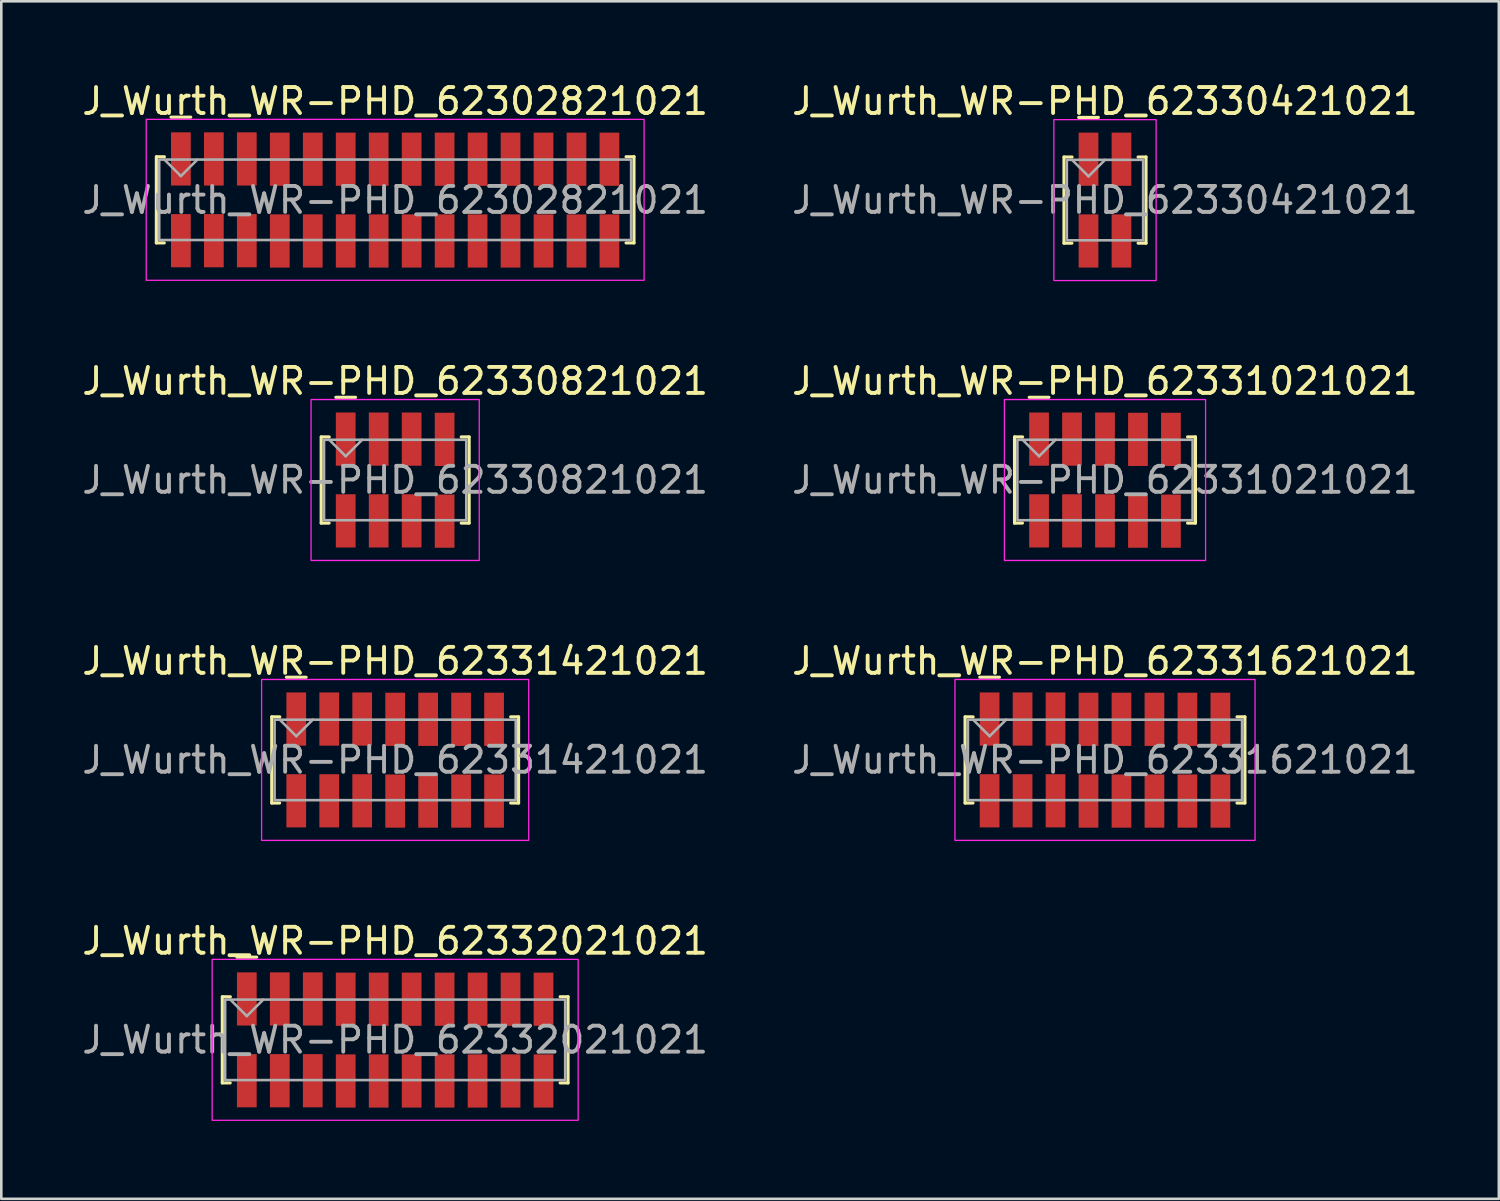
<source format=kicad_pcb>
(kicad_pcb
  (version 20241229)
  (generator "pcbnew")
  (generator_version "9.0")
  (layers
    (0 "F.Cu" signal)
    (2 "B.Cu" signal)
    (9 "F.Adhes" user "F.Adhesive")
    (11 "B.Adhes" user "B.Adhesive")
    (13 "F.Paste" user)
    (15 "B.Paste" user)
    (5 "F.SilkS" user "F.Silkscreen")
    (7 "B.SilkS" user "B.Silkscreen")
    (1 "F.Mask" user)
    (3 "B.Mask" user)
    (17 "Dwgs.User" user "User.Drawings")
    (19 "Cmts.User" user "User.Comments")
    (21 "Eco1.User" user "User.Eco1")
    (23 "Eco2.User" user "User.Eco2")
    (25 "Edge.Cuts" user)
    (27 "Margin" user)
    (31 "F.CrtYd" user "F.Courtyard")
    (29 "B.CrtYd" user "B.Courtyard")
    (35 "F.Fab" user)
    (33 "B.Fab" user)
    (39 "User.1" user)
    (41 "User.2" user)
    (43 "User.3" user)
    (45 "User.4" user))
  (footprint "J_Wurth_WR-PHD_62331421021"
    (layer "F.Cu")
    (at 12.173 26.225)
    (property "Reference" "J_Wurth_WR-PHD_62331421021" (at 0 -3.81 0) (unlocked yes) (layer "F.SilkS") (effects (font (size 1 1) (thickness 0.15))))
    (attr smd)
    (fp_line (start -4.755 1.66) (end -4.755 -1.66) (stroke (width 0.12) (type solid)) (layer "F.SilkS"))
    (fp_line (start -4.45 1.66) (end -4.755 1.66) (stroke (width 0.12) (type solid)) (layer "F.SilkS"))
    (fp_line (start -4.445 -1.66) (end -4.75 -1.66) (stroke (width 0.12) (type solid)) (layer "F.SilkS"))
    (fp_line (start -3.43 -3.185) (end -4.19 -3.185) (stroke (width 0.12) (type solid)) (layer "F.SilkS"))
    (fp_line (start 4.755 -1.66) (end 4.45 -1.66) (stroke (width 0.12) (type solid)) (layer "F.SilkS"))
    (fp_line (start 4.755 -1.66) (end 4.755 1.66) (stroke (width 0.12) (type solid)) (layer "F.SilkS"))
    (fp_line (start 4.755 1.66) (end 4.45 1.66) (stroke (width 0.12) (type solid)) (layer "F.SilkS"))
    (fp_rect (start -5.145 -3.1) (end 5.145 3.1) (stroke (width 0.05) (type solid)) (fill no) (layer "F.CrtYd"))
    (fp_line (start -3.81 -0.915) (end -4.445 -1.55) (stroke (width 0.1) (type default)) (layer "F.Fab"))
    (fp_line (start -3.175 -1.55) (end -3.81 -0.915) (stroke (width 0.1) (type default)) (layer "F.Fab"))
    (fp_rect (start -4.645 -1.55) (end 4.645 1.55) (stroke (width 0.1) (type solid)) (fill no) (layer "F.Fab"))
    (fp_text user "${REFERENCE}" (at 0 0 0) (unlocked yes) (layer "F.Fab") (effects (font (size 1 1) (thickness 0.15))))
    (pad "1" smd rect (at -3.81 -1.575 180) (size 0.76 2.05) (layers "F.Cu" "F.Mask" "F.Paste"))
    (pad "2" smd rect (at -3.81 1.575 180) (size 0.76 2.05) (layers "F.Cu" "F.Mask" "F.Paste"))
    (pad "3" smd rect (at -2.54 -1.575 180) (size 0.76 2.05) (layers "F.Cu" "F.Mask" "F.Paste"))
    (pad "4" smd rect (at -2.54 1.575 180) (size 0.76 2.05) (layers "F.Cu" "F.Mask" "F.Paste"))
    (pad "5" smd rect (at -1.27 -1.575 180) (size 0.76 2.05) (layers "F.Cu" "F.Mask" "F.Paste"))
    (pad "6" smd rect (at -1.27 1.575 180) (size 0.76 2.05) (layers "F.Cu" "F.Mask" "F.Paste"))
    (pad "7" smd rect (at 0 -1.565 180) (size 0.76 2.05) (layers "F.Cu" "F.Mask" "F.Paste"))
    (pad "8" smd rect (at 0 1.585 180) (size 0.76 2.05) (layers "F.Cu" "F.Mask" "F.Paste"))
    (pad "9" smd rect (at 1.27 -1.565 180) (size 0.76 2.05) (layers "F.Cu" "F.Mask" "F.Paste"))
    (pad "10" smd rect (at 1.27 1.585 180) (size 0.76 2.05) (layers "F.Cu" "F.Mask" "F.Paste"))
    (pad "11" smd rect (at 2.54 -1.565 180) (size 0.76 2.05) (layers "F.Cu" "F.Mask" "F.Paste"))
    (pad "12" smd rect (at 2.54 1.585 180) (size 0.76 2.05) (layers "F.Cu" "F.Mask" "F.Paste"))
    (pad "13" smd rect (at 3.81 -1.565 180) (size 0.76 2.05) (layers "F.Cu" "F.Mask" "F.Paste"))
    (pad "14" smd rect (at 3.81 1.585 180) (size 0.76 2.05) (layers "F.Cu" "F.Mask" "F.Paste")))
  (footprint "J_Wurth_WR-PHD_62302821021"
    (layer "F.Cu")
    (at 12.173 4.658)
    (property "Reference" "J_Wurth_WR-PHD_62302821021" (at 0 -3.81 0) (unlocked yes) (layer "F.SilkS") (effects (font (size 1 1) (thickness 0.15))))
    (attr smd)
    (fp_line (start -9.2 1.65) (end -9.2 -1.67) (stroke (width 0.12) (type solid)) (layer "F.SilkS"))
    (fp_line (start -8.895 1.65) (end -9.2 1.65) (stroke (width 0.12) (type solid)) (layer "F.SilkS"))
    (fp_line (start -8.89 -1.67) (end -9.195 -1.67) (stroke (width 0.12) (type solid)) (layer "F.SilkS"))
    (fp_line (start -7.875 -3.195) (end -8.635 -3.195) (stroke (width 0.12) (type solid)) (layer "F.SilkS"))
    (fp_line (start 9.2 -1.67) (end 8.895 -1.67) (stroke (width 0.12) (type solid)) (layer "F.SilkS"))
    (fp_line (start 9.2 -1.67) (end 9.2 1.65) (stroke (width 0.12) (type solid)) (layer "F.SilkS"))
    (fp_line (start 9.2 1.65) (end 8.895 1.65) (stroke (width 0.12) (type solid)) (layer "F.SilkS"))
    (fp_rect (start -9.59 -3.11) (end 9.59 3.09) (stroke (width 0.05) (type solid)) (fill no) (layer "F.CrtYd"))
    (fp_line (start -8.255 -0.925) (end -8.89 -1.56) (stroke (width 0.1) (type default)) (layer "F.Fab"))
    (fp_line (start -7.62 -1.56) (end -8.255 -0.925) (stroke (width 0.1) (type default)) (layer "F.Fab"))
    (fp_rect (start -9.09 -1.56) (end 9.09 1.54) (stroke (width 0.1) (type solid)) (fill no) (layer "F.Fab"))
    (fp_text user "${REFERENCE}" (at 0 0 0) (unlocked yes) (layer "F.Fab") (effects (font (size 1 1) (thickness 0.15))))
    (pad "1" smd rect (at -8.255 -1.585 180) (size 0.76 2.05) (layers "F.Cu" "F.Mask" "F.Paste"))
    (pad "2" smd rect (at -8.255 1.565 180) (size 0.76 2.05) (layers "F.Cu" "F.Mask" "F.Paste"))
    (pad "3" smd rect (at -6.985 -1.585 180) (size 0.76 2.05) (layers "F.Cu" "F.Mask" "F.Paste"))
    (pad "4" smd rect (at -6.985 1.565 180) (size 0.76 2.05) (layers "F.Cu" "F.Mask" "F.Paste"))
    (pad "5" smd rect (at -5.715 -1.585 180) (size 0.76 2.05) (layers "F.Cu" "F.Mask" "F.Paste"))
    (pad "6" smd rect (at -5.715 1.565 180) (size 0.76 2.05) (layers "F.Cu" "F.Mask" "F.Paste"))
    (pad "7" smd rect (at -4.445 -1.575 180) (size 0.76 2.05) (layers "F.Cu" "F.Mask" "F.Paste"))
    (pad "8" smd rect (at -4.445 1.575 180) (size 0.76 2.05) (layers "F.Cu" "F.Mask" "F.Paste"))
    (pad "9" smd rect (at -3.175 -1.575 180) (size 0.76 2.05) (layers "F.Cu" "F.Mask" "F.Paste"))
    (pad "10" smd rect (at -3.175 1.575 180) (size 0.76 2.05) (layers "F.Cu" "F.Mask" "F.Paste"))
    (pad "11" smd rect (at -1.905 -1.575 180) (size 0.76 2.05) (layers "F.Cu" "F.Mask" "F.Paste"))
    (pad "12" smd rect (at -1.905 1.575 180) (size 0.76 2.05) (layers "F.Cu" "F.Mask" "F.Paste"))
    (pad "13" smd rect (at -0.635 -1.575 180) (size 0.76 2.05) (layers "F.Cu" "F.Mask" "F.Paste"))
    (pad "14" smd rect (at -0.635 1.575 180) (size 0.76 2.05) (layers "F.Cu" "F.Mask" "F.Paste"))
    (pad "15" smd rect (at 0.635 -1.575 180) (size 0.76 2.05) (layers "F.Cu" "F.Mask" "F.Paste"))
    (pad "16" smd rect (at 0.635 1.575 180) (size 0.76 2.05) (layers "F.Cu" "F.Mask" "F.Paste"))
    (pad "17" smd rect (at 1.905 -1.575 180) (size 0.76 2.05) (layers "F.Cu" "F.Mask" "F.Paste"))
    (pad "18" smd rect (at 1.905 1.575 180) (size 0.76 2.05) (layers "F.Cu" "F.Mask" "F.Paste"))
    (pad "19" smd rect (at 3.175 -1.575 180) (size 0.76 2.05) (layers "F.Cu" "F.Mask" "F.Paste"))
    (pad "20" smd rect (at 3.175 1.575 180) (size 0.76 2.05) (layers "F.Cu" "F.Mask" "F.Paste"))
    (pad "21" smd rect (at 4.445 -1.575 180) (size 0.76 2.05) (layers "F.Cu" "F.Mask" "F.Paste"))
    (pad "22" smd rect (at 4.445 1.575 180) (size 0.76 2.05) (layers "F.Cu" "F.Mask" "F.Paste"))
    (pad "23" smd rect (at 5.715 -1.575 180) (size 0.76 2.05) (layers "F.Cu" "F.Mask" "F.Paste"))
    (pad "24" smd rect (at 5.715 1.575 180) (size 0.76 2.05) (layers "F.Cu" "F.Mask" "F.Paste"))
    (pad "25" smd rect (at 6.985 -1.575 180) (size 0.76 2.05) (layers "F.Cu" "F.Mask" "F.Paste"))
    (pad "26" smd rect (at 6.985 1.575 180) (size 0.76 2.05) (layers "F.Cu" "F.Mask" "F.Paste"))
    (pad "27" smd rect (at 8.255 -1.575 180) (size 0.76 2.05) (layers "F.Cu" "F.Mask" "F.Paste"))
    (pad "28" smd rect (at 8.255 1.575 180) (size 0.76 2.05) (layers "F.Cu" "F.Mask" "F.Paste")))
  (footprint "J_Wurth_WR-PHD_62331021021"
    (layer "F.Cu")
    (at 39.518 15.441)
    (property "Reference" "J_Wurth_WR-PHD_62331021021" (at 0 -3.81 0) (unlocked yes) (layer "F.SilkS") (effects (font (size 1 1) (thickness 0.15))))
    (attr smd)
    (fp_line (start -3.485 1.66) (end -3.485 -1.66) (stroke (width 0.12) (type solid)) (layer "F.SilkS"))
    (fp_line (start -3.18 1.66) (end -3.485 1.66) (stroke (width 0.12) (type solid)) (layer "F.SilkS"))
    (fp_line (start -3.175 -1.66) (end -3.48 -1.66) (stroke (width 0.12) (type solid)) (layer "F.SilkS"))
    (fp_line (start -2.16 -3.185) (end -2.92 -3.185) (stroke (width 0.12) (type solid)) (layer "F.SilkS"))
    (fp_line (start 3.485 -1.66) (end 3.18 -1.66) (stroke (width 0.12) (type solid)) (layer "F.SilkS"))
    (fp_line (start 3.485 -1.66) (end 3.485 1.66) (stroke (width 0.12) (type solid)) (layer "F.SilkS"))
    (fp_line (start 3.485 1.66) (end 3.18 1.66) (stroke (width 0.12) (type solid)) (layer "F.SilkS"))
    (fp_rect (start -3.875 -3.1) (end 3.875 3.1) (stroke (width 0.05) (type solid)) (fill no) (layer "F.CrtYd"))
    (fp_line (start -2.54 -0.915) (end -3.175 -1.55) (stroke (width 0.1) (type default)) (layer "F.Fab"))
    (fp_line (start -1.905 -1.55) (end -2.54 -0.915) (stroke (width 0.1) (type default)) (layer "F.Fab"))
    (fp_rect (start -3.375 -1.55) (end 3.375 1.55) (stroke (width 0.1) (type solid)) (fill no) (layer "F.Fab"))
    (fp_text user "${REFERENCE}" (at 0 0 0) (unlocked yes) (layer "F.Fab") (effects (font (size 1 1) (thickness 0.15))))
    (pad "1" smd rect (at -2.54 -1.575 180) (size 0.76 2.05) (layers "F.Cu" "F.Mask" "F.Paste"))
    (pad "2" smd rect (at -2.54 1.575 180) (size 0.76 2.05) (layers "F.Cu" "F.Mask" "F.Paste"))
    (pad "3" smd rect (at -1.27 -1.575 180) (size 0.76 2.05) (layers "F.Cu" "F.Mask" "F.Paste"))
    (pad "4" smd rect (at -1.27 1.575 180) (size 0.76 2.05) (layers "F.Cu" "F.Mask" "F.Paste"))
    (pad "5" smd rect (at 0 -1.575 180) (size 0.76 2.05) (layers "F.Cu" "F.Mask" "F.Paste"))
    (pad "6" smd rect (at 0 1.575 180) (size 0.76 2.05) (layers "F.Cu" "F.Mask" "F.Paste"))
    (pad "7" smd rect (at 1.27 -1.565 180) (size 0.76 2.05) (layers "F.Cu" "F.Mask" "F.Paste"))
    (pad "8" smd rect (at 1.27 1.585 180) (size 0.76 2.05) (layers "F.Cu" "F.Mask" "F.Paste"))
    (pad "9" smd rect (at 2.54 -1.565 180) (size 0.76 2.05) (layers "F.Cu" "F.Mask" "F.Paste"))
    (pad "10" smd rect (at 2.54 1.585 180) (size 0.76 2.05) (layers "F.Cu" "F.Mask" "F.Paste")))
  (footprint "J_Wurth_WR-PHD_62331621021"
    (layer "F.Cu")
    (at 39.518 26.225)
    (property "Reference" "J_Wurth_WR-PHD_62331621021" (at 0 -3.81 0) (unlocked yes) (layer "F.SilkS") (effects (font (size 1 1) (thickness 0.15))))
    (attr smd)
    (fp_line (start -5.39 1.66) (end -5.39 -1.66) (stroke (width 0.12) (type solid)) (layer "F.SilkS"))
    (fp_line (start -5.085 1.66) (end -5.39 1.66) (stroke (width 0.12) (type solid)) (layer "F.SilkS"))
    (fp_line (start -5.08 -1.66) (end -5.385 -1.66) (stroke (width 0.12) (type solid)) (layer "F.SilkS"))
    (fp_line (start -4.065 -3.185) (end -4.825 -3.185) (stroke (width 0.12) (type solid)) (layer "F.SilkS"))
    (fp_line (start 5.39 -1.66) (end 5.085 -1.66) (stroke (width 0.12) (type solid)) (layer "F.SilkS"))
    (fp_line (start 5.39 -1.66) (end 5.39 1.66) (stroke (width 0.12) (type solid)) (layer "F.SilkS"))
    (fp_line (start 5.39 1.66) (end 5.085 1.66) (stroke (width 0.12) (type solid)) (layer "F.SilkS"))
    (fp_rect (start -5.78 -3.1) (end 5.78 3.1) (stroke (width 0.05) (type solid)) (fill no) (layer "F.CrtYd"))
    (fp_line (start -4.445 -0.915) (end -5.08 -1.55) (stroke (width 0.1) (type default)) (layer "F.Fab"))
    (fp_line (start -3.81 -1.55) (end -4.445 -0.915) (stroke (width 0.1) (type default)) (layer "F.Fab"))
    (fp_rect (start -5.28 -1.55) (end 5.28 1.55) (stroke (width 0.1) (type solid)) (fill no) (layer "F.Fab"))
    (fp_text user "${REFERENCE}" (at 0 0 0) (unlocked yes) (layer "F.Fab") (effects (font (size 1 1) (thickness 0.15))))
    (pad "1" smd rect (at -4.445 -1.575 180) (size 0.76 2.05) (layers "F.Cu" "F.Mask" "F.Paste"))
    (pad "2" smd rect (at -4.445 1.575 180) (size 0.76 2.05) (layers "F.Cu" "F.Mask" "F.Paste"))
    (pad "3" smd rect (at -3.175 -1.575 180) (size 0.76 2.05) (layers "F.Cu" "F.Mask" "F.Paste"))
    (pad "4" smd rect (at -3.175 1.575 180) (size 0.76 2.05) (layers "F.Cu" "F.Mask" "F.Paste"))
    (pad "5" smd rect (at -1.905 -1.575 180) (size 0.76 2.05) (layers "F.Cu" "F.Mask" "F.Paste"))
    (pad "6" smd rect (at -1.905 1.575 180) (size 0.76 2.05) (layers "F.Cu" "F.Mask" "F.Paste"))
    (pad "7" smd rect (at -0.635 -1.565 180) (size 0.76 2.05) (layers "F.Cu" "F.Mask" "F.Paste"))
    (pad "8" smd rect (at -0.635 1.585 180) (size 0.76 2.05) (layers "F.Cu" "F.Mask" "F.Paste"))
    (pad "9" smd rect (at 0.635 -1.565 180) (size 0.76 2.05) (layers "F.Cu" "F.Mask" "F.Paste"))
    (pad "10" smd rect (at 0.635 1.585 180) (size 0.76 2.05) (layers "F.Cu" "F.Mask" "F.Paste"))
    (pad "11" smd rect (at 1.905 -1.565 180) (size 0.76 2.05) (layers "F.Cu" "F.Mask" "F.Paste"))
    (pad "12" smd rect (at 1.905 1.585 180) (size 0.76 2.05) (layers "F.Cu" "F.Mask" "F.Paste"))
    (pad "13" smd rect (at 3.175 -1.565 180) (size 0.76 2.05) (layers "F.Cu" "F.Mask" "F.Paste"))
    (pad "14" smd rect (at 3.175 1.585 180) (size 0.76 2.05) (layers "F.Cu" "F.Mask" "F.Paste"))
    (pad "15" smd rect (at 4.445 -1.565 180) (size 0.76 2.05) (layers "F.Cu" "F.Mask" "F.Paste"))
    (pad "16" smd rect (at 4.445 1.585 180) (size 0.76 2.05) (layers "F.Cu" "F.Mask" "F.Paste")))
  (footprint "J_Wurth_WR-PHD_62330821021"
    (layer "F.Cu")
    (at 12.173 15.441)
    (property "Reference" "J_Wurth_WR-PHD_62330821021" (at 0 -3.81 0) (unlocked yes) (layer "F.SilkS") (effects (font (size 1 1) (thickness 0.15))))
    (attr smd)
    (fp_line (start -2.85 1.66) (end -2.85 -1.66) (stroke (width 0.12) (type solid)) (layer "F.SilkS"))
    (fp_line (start -2.545 1.66) (end -2.85 1.66) (stroke (width 0.12) (type solid)) (layer "F.SilkS"))
    (fp_line (start -2.54 -1.66) (end -2.845 -1.66) (stroke (width 0.12) (type solid)) (layer "F.SilkS"))
    (fp_line (start -1.525 -3.185) (end -2.285 -3.185) (stroke (width 0.12) (type solid)) (layer "F.SilkS"))
    (fp_line (start 2.85 -1.66) (end 2.545 -1.66) (stroke (width 0.12) (type solid)) (layer "F.SilkS"))
    (fp_line (start 2.85 -1.66) (end 2.85 1.66) (stroke (width 0.12) (type solid)) (layer "F.SilkS"))
    (fp_line (start 2.85 1.66) (end 2.545 1.66) (stroke (width 0.12) (type solid)) (layer "F.SilkS"))
    (fp_rect (start -3.24 -3.1) (end 3.24 3.1) (stroke (width 0.05) (type solid)) (fill no) (layer "F.CrtYd"))
    (fp_line (start -1.905 -0.915) (end -2.54 -1.55) (stroke (width 0.1) (type default)) (layer "F.Fab"))
    (fp_line (start -1.27 -1.55) (end -1.905 -0.915) (stroke (width 0.1) (type default)) (layer "F.Fab"))
    (fp_rect (start -2.74 -1.55) (end 2.74 1.55) (stroke (width 0.1) (type solid)) (fill no) (layer "F.Fab"))
    (fp_text user "${REFERENCE}" (at 0 0 0) (unlocked yes) (layer "F.Fab") (effects (font (size 1 1) (thickness 0.15))))
    (pad "1" smd rect (at -1.905 -1.575 180) (size 0.76 2.05) (layers "F.Cu" "F.Mask" "F.Paste"))
    (pad "2" smd rect (at -1.905 1.575 180) (size 0.76 2.05) (layers "F.Cu" "F.Mask" "F.Paste"))
    (pad "3" smd rect (at -0.635 -1.575 180) (size 0.76 2.05) (layers "F.Cu" "F.Mask" "F.Paste"))
    (pad "4" smd rect (at -0.635 1.575 180) (size 0.76 2.05) (layers "F.Cu" "F.Mask" "F.Paste"))
    (pad "5" smd rect (at 0.635 -1.575 180) (size 0.76 2.05) (layers "F.Cu" "F.Mask" "F.Paste"))
    (pad "6" smd rect (at 0.635 1.575 180) (size 0.76 2.05) (layers "F.Cu" "F.Mask" "F.Paste"))
    (pad "7" smd rect (at 1.905 -1.565 180) (size 0.76 2.05) (layers "F.Cu" "F.Mask" "F.Paste"))
    (pad "8" smd rect (at 1.905 1.585 180) (size 0.76 2.05) (layers "F.Cu" "F.Mask" "F.Paste")))
  (footprint "J_Wurth_WR-PHD_62330421021"
    (layer "F.Cu")
    (at 39.518 4.658)
    (property "Reference" "J_Wurth_WR-PHD_62330421021" (at 0 -3.81 0) (unlocked yes) (layer "F.SilkS") (effects (font (size 1 1) (thickness 0.15))))
    (attr smd)
    (fp_line (start -1.58 1.66) (end -1.58 -1.66) (stroke (width 0.12) (type solid)) (layer "F.SilkS"))
    (fp_line (start -1.275 1.66) (end -1.58 1.66) (stroke (width 0.12) (type solid)) (layer "F.SilkS"))
    (fp_line (start -1.27 -1.66) (end -1.575 -1.66) (stroke (width 0.12) (type solid)) (layer "F.SilkS"))
    (fp_line (start -0.255 -3.185) (end -1.015 -3.185) (stroke (width 0.12) (type solid)) (layer "F.SilkS"))
    (fp_line (start 1.58 -1.66) (end 1.275 -1.66) (stroke (width 0.12) (type solid)) (layer "F.SilkS"))
    (fp_line (start 1.58 -1.66) (end 1.58 1.66) (stroke (width 0.12) (type solid)) (layer "F.SilkS"))
    (fp_line (start 1.58 1.66) (end 1.275 1.66) (stroke (width 0.12) (type solid)) (layer "F.SilkS"))
    (fp_rect (start -1.97 -3.1) (end 1.97 3.1) (stroke (width 0.05) (type solid)) (fill no) (layer "F.CrtYd"))
    (fp_line (start -0.635 -0.915) (end -1.27 -1.55) (stroke (width 0.1) (type default)) (layer "F.Fab"))
    (fp_line (start 0 -1.55) (end -0.635 -0.915) (stroke (width 0.1) (type default)) (layer "F.Fab"))
    (fp_rect (start -1.47 -1.55) (end 1.47 1.55) (stroke (width 0.1) (type solid)) (fill no) (layer "F.Fab"))
    (fp_text user "${REFERENCE}" (at 0 0 0) (unlocked yes) (layer "F.Fab") (effects (font (size 1 1) (thickness 0.15))))
    (pad "1" smd rect (at -0.635 -1.575 180) (size 0.76 2.05) (layers "F.Cu" "F.Mask" "F.Paste"))
    (pad "2" smd rect (at -0.635 1.575 180) (size 0.76 2.05) (layers "F.Cu" "F.Mask" "F.Paste"))
    (pad "3" smd rect (at 0.635 -1.575 180) (size 0.76 2.05) (layers "F.Cu" "F.Mask" "F.Paste"))
    (pad "4" smd rect (at 0.635 1.575 180) (size 0.76 2.05) (layers "F.Cu" "F.Mask" "F.Paste")))
  (footprint "J_Wurth_WR-PHD_62332021021"
    (layer "F.Cu")
    (at 12.173 37.008)
    (property "Reference" "J_Wurth_WR-PHD_62332021021" (at 0 -3.81 0) (unlocked yes) (layer "F.SilkS") (effects (font (size 1 1) (thickness 0.15))))
    (attr smd)
    (fp_line (start -6.66 1.66) (end -6.66 -1.66) (stroke (width 0.12) (type solid)) (layer "F.SilkS"))
    (fp_line (start -6.355 1.66) (end -6.66 1.66) (stroke (width 0.12) (type solid)) (layer "F.SilkS"))
    (fp_line (start -6.35 -1.66) (end -6.655 -1.66) (stroke (width 0.12) (type solid)) (layer "F.SilkS"))
    (fp_line (start -5.335 -3.185) (end -6.095 -3.185) (stroke (width 0.12) (type solid)) (layer "F.SilkS"))
    (fp_line (start 6.66 -1.66) (end 6.355 -1.66) (stroke (width 0.12) (type solid)) (layer "F.SilkS"))
    (fp_line (start 6.66 -1.66) (end 6.66 1.66) (stroke (width 0.12) (type solid)) (layer "F.SilkS"))
    (fp_line (start 6.66 1.66) (end 6.355 1.66) (stroke (width 0.12) (type solid)) (layer "F.SilkS"))
    (fp_rect (start -7.05 -3.1) (end 7.05 3.1) (stroke (width 0.05) (type solid)) (fill no) (layer "F.CrtYd"))
    (fp_line (start -5.715 -0.915) (end -6.35 -1.55) (stroke (width 0.1) (type default)) (layer "F.Fab"))
    (fp_line (start -5.08 -1.55) (end -5.715 -0.915) (stroke (width 0.1) (type default)) (layer "F.Fab"))
    (fp_rect (start -6.55 -1.55) (end 6.55 1.55) (stroke (width 0.1) (type solid)) (fill no) (layer "F.Fab"))
    (fp_text user "${REFERENCE}" (at 0 0 0) (unlocked yes) (layer "F.Fab") (effects (font (size 1 1) (thickness 0.15))))
    (pad "1" smd rect (at -5.715 -1.575 180) (size 0.76 2.05) (layers "F.Cu" "F.Mask" "F.Paste"))
    (pad "2" smd rect (at -5.715 1.575 180) (size 0.76 2.05) (layers "F.Cu" "F.Mask" "F.Paste"))
    (pad "3" smd rect (at -4.445 -1.575 180) (size 0.76 2.05) (layers "F.Cu" "F.Mask" "F.Paste"))
    (pad "4" smd rect (at -4.445 1.575 180) (size 0.76 2.05) (layers "F.Cu" "F.Mask" "F.Paste"))
    (pad "5" smd rect (at -3.175 -1.575 180) (size 0.76 2.05) (layers "F.Cu" "F.Mask" "F.Paste"))
    (pad "6" smd rect (at -3.175 1.575 180) (size 0.76 2.05) (layers "F.Cu" "F.Mask" "F.Paste"))
    (pad "7" smd rect (at -1.905 -1.565 180) (size 0.76 2.05) (layers "F.Cu" "F.Mask" "F.Paste"))
    (pad "8" smd rect (at -1.905 1.585 180) (size 0.76 2.05) (layers "F.Cu" "F.Mask" "F.Paste"))
    (pad "9" smd rect (at -0.635 -1.565 180) (size 0.76 2.05) (layers "F.Cu" "F.Mask" "F.Paste"))
    (pad "10" smd rect (at -0.635 1.585 180) (size 0.76 2.05) (layers "F.Cu" "F.Mask" "F.Paste"))
    (pad "11" smd rect (at 0.635 -1.565 180) (size 0.76 2.05) (layers "F.Cu" "F.Mask" "F.Paste"))
    (pad "12" smd rect (at 0.635 1.585 180) (size 0.76 2.05) (layers "F.Cu" "F.Mask" "F.Paste"))
    (pad "13" smd rect (at 1.905 -1.565 180) (size 0.76 2.05) (layers "F.Cu" "F.Mask" "F.Paste"))
    (pad "14" smd rect (at 1.905 1.585 180) (size 0.76 2.05) (layers "F.Cu" "F.Mask" "F.Paste"))
    (pad "15" smd rect (at 3.175 -1.565 180) (size 0.76 2.05) (layers "F.Cu" "F.Mask" "F.Paste"))
    (pad "16" smd rect (at 3.175 1.585 180) (size 0.76 2.05) (layers "F.Cu" "F.Mask" "F.Paste"))
    (pad "17" smd rect (at 4.445 -1.565 180) (size 0.76 2.05) (layers "F.Cu" "F.Mask" "F.Paste"))
    (pad "18" smd rect (at 4.445 1.585 180) (size 0.76 2.05) (layers "F.Cu" "F.Mask" "F.Paste"))
    (pad "19" smd rect (at 5.715 -1.565 180) (size 0.76 2.05) (layers "F.Cu" "F.Mask" "F.Paste"))
    (pad "20" smd rect (at 5.715 1.585 180) (size 0.76 2.05) (layers "F.Cu" "F.Mask" "F.Paste")))
  (gr_rect
    (start -3 -3)
    (end 54.69 43.133)
    (stroke (width 0.1) (type default))
    (fill no)
    (layer "Edge.Cuts")))
</source>
